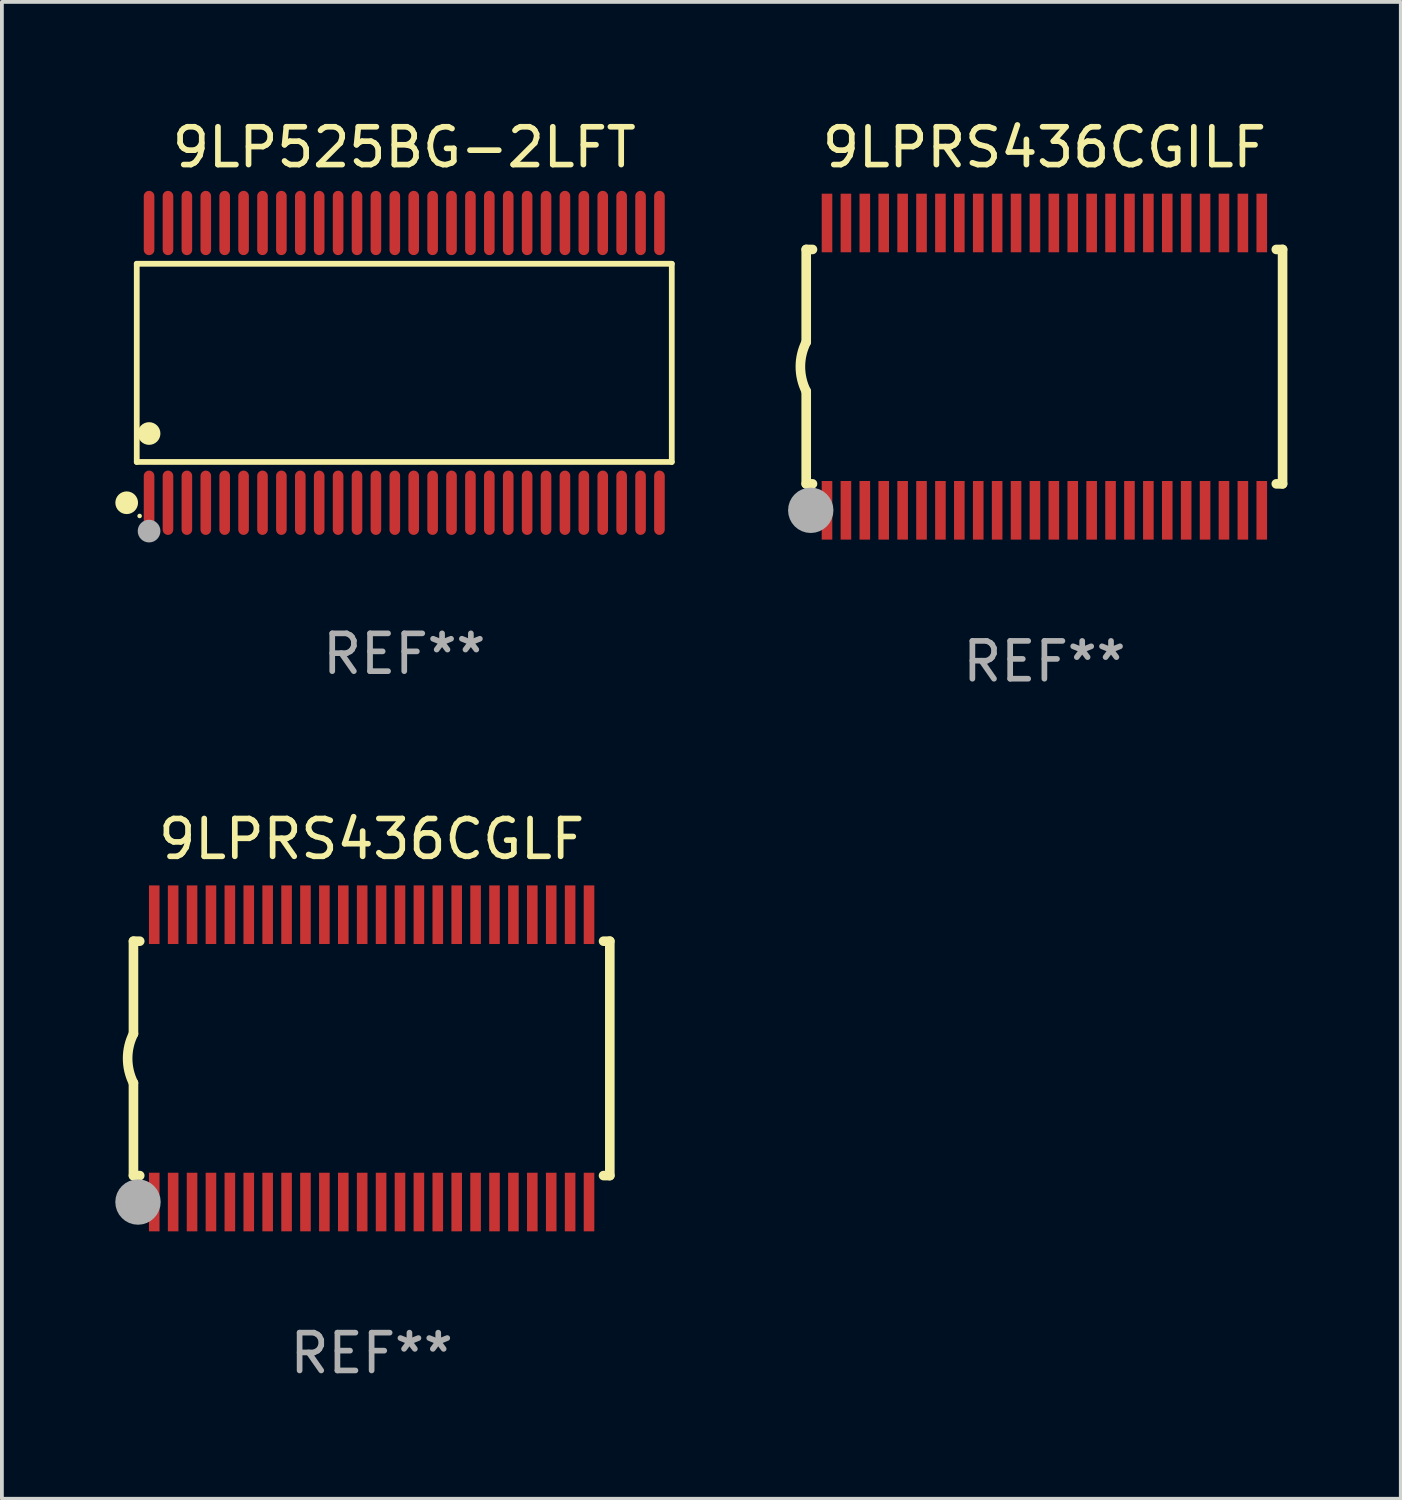
<source format=kicad_pcb>
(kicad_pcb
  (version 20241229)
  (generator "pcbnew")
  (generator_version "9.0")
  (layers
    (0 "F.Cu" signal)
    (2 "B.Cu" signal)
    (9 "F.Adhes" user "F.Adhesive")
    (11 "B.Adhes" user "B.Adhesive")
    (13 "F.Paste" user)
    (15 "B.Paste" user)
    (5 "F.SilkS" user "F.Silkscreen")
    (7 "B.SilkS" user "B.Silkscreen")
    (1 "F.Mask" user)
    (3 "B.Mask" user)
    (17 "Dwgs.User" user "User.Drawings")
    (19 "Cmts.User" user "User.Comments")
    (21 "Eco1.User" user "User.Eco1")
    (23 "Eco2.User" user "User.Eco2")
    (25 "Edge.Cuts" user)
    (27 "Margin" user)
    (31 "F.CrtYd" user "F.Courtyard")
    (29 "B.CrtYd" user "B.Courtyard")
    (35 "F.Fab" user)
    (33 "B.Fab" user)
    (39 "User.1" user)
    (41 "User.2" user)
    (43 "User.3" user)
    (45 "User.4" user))
  (footprint "9LPRS436CGLF"
    (layer "F.Cu")
    (at 6.78 24.945)
    (property "Reference" "9LPRS436CGLF" (at 0 -5.8 0) (layer "F.SilkS") (effects (font (size 1 1) (thickness 0.15))))
    (attr through_hole)
    (fp_line (start -6.3 -3.1) (end -6.3 -0.65) (stroke (width 0.254) (type solid)) (layer "F.SilkS"))
    (fp_line (start -6.3 -3.1) (end -6.134 -3.1) (stroke (width 0.254) (type solid)) (layer "F.SilkS"))
    (fp_line (start -6.3 3.1) (end -6.3 0.65) (stroke (width 0.254) (type solid)) (layer "F.SilkS"))
    (fp_line (start -6.3 3.1) (end -6.134 3.1) (stroke (width 0.254) (type solid)) (layer "F.SilkS"))
    (fp_line (start 6.134 -3.1) (end 6.3 -3.1) (stroke (width 0.254) (type solid)) (layer "F.SilkS"))
    (fp_line (start 6.134 3.1) (end 6.3 3.1) (stroke (width 0.254) (type solid)) (layer "F.SilkS"))
    (fp_line (start 6.3 -3.1) (end 6.3 3.1) (stroke (width 0.254) (type solid)) (layer "F.SilkS"))
    (fp_arc (start -6.301016 0.650114) (mid -6.45413 -0.000082) (end -6.3 -0.650038) (stroke (width 0.254001) (type solid)) (layer "F.SilkS"))
    (fp_circle (center -6.35 3.81) (end -6.223 3.81) (stroke (width 0.254) (type solid)) (fill no) (layer "F.SilkS"))
    (fp_circle (center -6.25 4.05) (end -6.22 4.05) (stroke (width 0.06) (type solid)) (fill no) (layer "F.SilkS"))
    (fp_circle (center -6.18 3.8) (end -5.88 3.8) (stroke (width 0.6) (type solid)) (fill no) (layer "F.Fab"))
    (fp_text user "REF**" (at 0 7.8 0) (layer "F.Fab") (effects (font (size 1 1) (thickness 0.15))))
    (pad "1" smd rect (at -5.75 3.8) (size 0.28 1.55) (layers "F.Cu" "F.Mask" "F.Paste"))
    (pad "2" smd rect (at -5.25 3.8) (size 0.28 1.55) (layers "F.Cu" "F.Mask" "F.Paste"))
    (pad "3" smd rect (at -4.75 3.8) (size 0.28 1.55) (layers "F.Cu" "F.Mask" "F.Paste"))
    (pad "4" smd rect (at -4.25 3.8) (size 0.28 1.55) (layers "F.Cu" "F.Mask" "F.Paste"))
    (pad "5" smd rect (at -3.75 3.8) (size 0.28 1.55) (layers "F.Cu" "F.Mask" "F.Paste"))
    (pad "6" smd rect (at -3.25 3.8) (size 0.28 1.55) (layers "F.Cu" "F.Mask" "F.Paste"))
    (pad "7" smd rect (at -2.75 3.8) (size 0.28 1.55) (layers "F.Cu" "F.Mask" "F.Paste"))
    (pad "8" smd rect (at -2.25 3.8) (size 0.28 1.55) (layers "F.Cu" "F.Mask" "F.Paste"))
    (pad "9" smd rect (at -1.75 3.8) (size 0.28 1.55) (layers "F.Cu" "F.Mask" "F.Paste"))
    (pad "10" smd rect (at -1.25 3.8) (size 0.28 1.55) (layers "F.Cu" "F.Mask" "F.Paste"))
    (pad "11" smd rect (at -0.75 3.8) (size 0.28 1.55) (layers "F.Cu" "F.Mask" "F.Paste"))
    (pad "12" smd rect (at -0.25 3.8) (size 0.28 1.55) (layers "F.Cu" "F.Mask" "F.Paste"))
    (pad "13" smd rect (at 0.25 3.8) (size 0.28 1.55) (layers "F.Cu" "F.Mask" "F.Paste"))
    (pad "14" smd rect (at 0.75 3.8) (size 0.28 1.55) (layers "F.Cu" "F.Mask" "F.Paste"))
    (pad "15" smd rect (at 1.25 3.8) (size 0.28 1.55) (layers "F.Cu" "F.Mask" "F.Paste"))
    (pad "16" smd rect (at 1.75 3.8) (size 0.28 1.55) (layers "F.Cu" "F.Mask" "F.Paste"))
    (pad "17" smd rect (at 2.25 3.8) (size 0.28 1.55) (layers "F.Cu" "F.Mask" "F.Paste"))
    (pad "18" smd rect (at 2.75 3.8) (size 0.28 1.55) (layers "F.Cu" "F.Mask" "F.Paste"))
    (pad "19" smd rect (at 3.25 3.8) (size 0.28 1.55) (layers "F.Cu" "F.Mask" "F.Paste"))
    (pad "20" smd rect (at 3.75 3.8) (size 0.28 1.55) (layers "F.Cu" "F.Mask" "F.Paste"))
    (pad "21" smd rect (at 4.25 3.8) (size 0.28 1.55) (layers "F.Cu" "F.Mask" "F.Paste"))
    (pad "22" smd rect (at 4.75 3.8) (size 0.28 1.55) (layers "F.Cu" "F.Mask" "F.Paste"))
    (pad "23" smd rect (at 5.25 3.8) (size 0.28 1.55) (layers "F.Cu" "F.Mask" "F.Paste"))
    (pad "24" smd rect (at 5.75 3.8) (size 0.28 1.55) (layers "F.Cu" "F.Mask" "F.Paste"))
    (pad "25" smd rect (at 5.75 -3.8) (size 0.28 1.55) (layers "F.Cu" "F.Mask" "F.Paste"))
    (pad "26" smd rect (at 5.25 -3.8) (size 0.28 1.55) (layers "F.Cu" "F.Mask" "F.Paste"))
    (pad "27" smd rect (at 4.75 -3.8) (size 0.28 1.55) (layers "F.Cu" "F.Mask" "F.Paste"))
    (pad "28" smd rect (at 4.25 -3.8) (size 0.28 1.55) (layers "F.Cu" "F.Mask" "F.Paste"))
    (pad "29" smd rect (at 3.75 -3.8) (size 0.28 1.55) (layers "F.Cu" "F.Mask" "F.Paste"))
    (pad "30" smd rect (at 3.25 -3.8) (size 0.28 1.55) (layers "F.Cu" "F.Mask" "F.Paste"))
    (pad "31" smd rect (at 2.75 -3.8) (size 0.28 1.55) (layers "F.Cu" "F.Mask" "F.Paste"))
    (pad "32" smd rect (at 2.25 -3.8) (size 0.28 1.55) (layers "F.Cu" "F.Mask" "F.Paste"))
    (pad "33" smd rect (at 1.75 -3.8) (size 0.28 1.55) (layers "F.Cu" "F.Mask" "F.Paste"))
    (pad "34" smd rect (at 1.25 -3.8) (size 0.28 1.55) (layers "F.Cu" "F.Mask" "F.Paste"))
    (pad "35" smd rect (at 0.75 -3.8) (size 0.28 1.55) (layers "F.Cu" "F.Mask" "F.Paste"))
    (pad "36" smd rect (at 0.25 -3.8) (size 0.28 1.55) (layers "F.Cu" "F.Mask" "F.Paste"))
    (pad "37" smd rect (at -0.25 -3.8) (size 0.28 1.55) (layers "F.Cu" "F.Mask" "F.Paste"))
    (pad "38" smd rect (at -0.75 -3.8) (size 0.28 1.55) (layers "F.Cu" "F.Mask" "F.Paste"))
    (pad "39" smd rect (at -1.25 -3.8) (size 0.28 1.55) (layers "F.Cu" "F.Mask" "F.Paste"))
    (pad "40" smd rect (at -1.75 -3.8) (size 0.28 1.55) (layers "F.Cu" "F.Mask" "F.Paste"))
    (pad "41" smd rect (at -2.25 -3.8) (size 0.28 1.55) (layers "F.Cu" "F.Mask" "F.Paste"))
    (pad "42" smd rect (at -2.75 -3.8) (size 0.28 1.55) (layers "F.Cu" "F.Mask" "F.Paste"))
    (pad "43" smd rect (at -3.25 -3.8) (size 0.28 1.55) (layers "F.Cu" "F.Mask" "F.Paste"))
    (pad "44" smd rect (at -3.75 -3.8) (size 0.28 1.55) (layers "F.Cu" "F.Mask" "F.Paste"))
    (pad "45" smd rect (at -4.25 -3.8) (size 0.28 1.55) (layers "F.Cu" "F.Mask" "F.Paste"))
    (pad "46" smd rect (at -4.75 -3.8) (size 0.28 1.55) (layers "F.Cu" "F.Mask" "F.Paste"))
    (pad "47" smd rect (at -5.25 -3.8) (size 0.28 1.55) (layers "F.Cu" "F.Mask" "F.Paste"))
    (pad "48" smd rect (at -5.75 -3.8) (size 0.28 1.55) (layers "F.Cu" "F.Mask" "F.Paste")))
  (footprint "9LP525BG-2LFT"
    (layer "F.Cu")
    (at 7.643 6.548)
    (property "Reference" "9LP525BG-2LFT" (at 0 -5.7 0) (layer "F.SilkS") (effects (font (size 1 1) (thickness 0.15))))
    (attr through_hole)
    (fp_line (start -7.076 -2.621) (end 7.076 -2.621) (stroke (width 0.152) (type solid)) (layer "F.SilkS"))
    (fp_line (start -7.076 2.621) (end -7.076 -2.621) (stroke (width 0.152) (type solid)) (layer "F.SilkS"))
    (fp_line (start 7.076 -2.621) (end 7.076 2.621) (stroke (width 0.152) (type solid)) (layer "F.SilkS"))
    (fp_line (start 7.076 2.621) (end -7.076 2.621) (stroke (width 0.152) (type solid)) (layer "F.SilkS"))
    (fp_circle (center -7.342 3.7) (end -7.192 3.7) (stroke (width 0.3) (type solid)) (fill no) (layer "F.SilkS"))
    (fp_circle (center -7 4.05) (end -6.97 4.05) (stroke (width 0.06) (type solid)) (fill no) (layer "F.SilkS"))
    (fp_circle (center -6.75 1.869) (end -6.6 1.869) (stroke (width 0.3) (type solid)) (fill no) (layer "F.SilkS"))
    (fp_circle (center -6.75 4.45) (end -6.6 4.45) (stroke (width 0.3) (type solid)) (fill no) (layer "F.Fab"))
    (fp_text user "REF**" (at 0 7.7 0) (layer "F.Fab") (effects (font (size 1 1) (thickness 0.15))))
    (pad "1" smd oval (at -6.75 3.7) (size 0.28 1.7) (layers "F.Cu" "F.Mask" "F.Paste"))
    (pad "2" smd oval (at -6.25 3.7) (size 0.28 1.7) (layers "F.Cu" "F.Mask" "F.Paste"))
    (pad "3" smd oval (at -5.75 3.7) (size 0.28 1.7) (layers "F.Cu" "F.Mask" "F.Paste"))
    (pad "4" smd oval (at -5.25 3.7) (size 0.28 1.7) (layers "F.Cu" "F.Mask" "F.Paste"))
    (pad "5" smd oval (at -4.75 3.7) (size 0.28 1.7) (layers "F.Cu" "F.Mask" "F.Paste"))
    (pad "6" smd oval (at -4.25 3.7) (size 0.28 1.7) (layers "F.Cu" "F.Mask" "F.Paste"))
    (pad "7" smd oval (at -3.75 3.7) (size 0.28 1.7) (layers "F.Cu" "F.Mask" "F.Paste"))
    (pad "8" smd oval (at -3.25 3.7) (size 0.28 1.7) (layers "F.Cu" "F.Mask" "F.Paste"))
    (pad "9" smd oval (at -2.75 3.7) (size 0.28 1.7) (layers "F.Cu" "F.Mask" "F.Paste"))
    (pad "10" smd oval (at -2.25 3.7) (size 0.28 1.7) (layers "F.Cu" "F.Mask" "F.Paste"))
    (pad "11" smd oval (at -1.75 3.7) (size 0.28 1.7) (layers "F.Cu" "F.Mask" "F.Paste"))
    (pad "12" smd oval (at -1.25 3.7) (size 0.28 1.7) (layers "F.Cu" "F.Mask" "F.Paste"))
    (pad "13" smd oval (at -0.75 3.7) (size 0.28 1.7) (layers "F.Cu" "F.Mask" "F.Paste"))
    (pad "14" smd oval (at -0.25 3.7) (size 0.28 1.7) (layers "F.Cu" "F.Mask" "F.Paste"))
    (pad "15" smd oval (at 0.25 3.7) (size 0.28 1.7) (layers "F.Cu" "F.Mask" "F.Paste"))
    (pad "16" smd oval (at 0.75 3.7) (size 0.28 1.7) (layers "F.Cu" "F.Mask" "F.Paste"))
    (pad "17" smd oval (at 1.25 3.7) (size 0.28 1.7) (layers "F.Cu" "F.Mask" "F.Paste"))
    (pad "18" smd oval (at 1.75 3.7) (size 0.28 1.7) (layers "F.Cu" "F.Mask" "F.Paste"))
    (pad "19" smd oval (at 2.25 3.7) (size 0.28 1.7) (layers "F.Cu" "F.Mask" "F.Paste"))
    (pad "20" smd oval (at 2.75 3.7) (size 0.28 1.7) (layers "F.Cu" "F.Mask" "F.Paste"))
    (pad "21" smd oval (at 3.25 3.7) (size 0.28 1.7) (layers "F.Cu" "F.Mask" "F.Paste"))
    (pad "22" smd oval (at 3.75 3.7) (size 0.28 1.7) (layers "F.Cu" "F.Mask" "F.Paste"))
    (pad "23" smd oval (at 4.25 3.7) (size 0.28 1.7) (layers "F.Cu" "F.Mask" "F.Paste"))
    (pad "24" smd oval (at 4.75 3.7) (size 0.28 1.7) (layers "F.Cu" "F.Mask" "F.Paste"))
    (pad "25" smd oval (at 5.25 3.7) (size 0.28 1.7) (layers "F.Cu" "F.Mask" "F.Paste"))
    (pad "26" smd oval (at 5.75 3.7) (size 0.28 1.7) (layers "F.Cu" "F.Mask" "F.Paste"))
    (pad "27" smd oval (at 6.25 3.7) (size 0.28 1.7) (layers "F.Cu" "F.Mask" "F.Paste"))
    (pad "28" smd oval (at 6.75 3.7) (size 0.28 1.7) (layers "F.Cu" "F.Mask" "F.Paste"))
    (pad "29" smd oval (at 6.75 -3.7) (size 0.28 1.7) (layers "F.Cu" "F.Mask" "F.Paste"))
    (pad "30" smd oval (at 6.25 -3.7) (size 0.28 1.7) (layers "F.Cu" "F.Mask" "F.Paste"))
    (pad "31" smd oval (at 5.75 -3.7) (size 0.28 1.7) (layers "F.Cu" "F.Mask" "F.Paste"))
    (pad "32" smd oval (at 5.25 -3.7) (size 0.28 1.7) (layers "F.Cu" "F.Mask" "F.Paste"))
    (pad "33" smd oval (at 4.75 -3.7) (size 0.28 1.7) (layers "F.Cu" "F.Mask" "F.Paste"))
    (pad "34" smd oval (at 4.25 -3.7) (size 0.28 1.7) (layers "F.Cu" "F.Mask" "F.Paste"))
    (pad "35" smd oval (at 3.75 -3.7) (size 0.28 1.7) (layers "F.Cu" "F.Mask" "F.Paste"))
    (pad "36" smd oval (at 3.25 -3.7) (size 0.28 1.7) (layers "F.Cu" "F.Mask" "F.Paste"))
    (pad "37" smd oval (at 2.75 -3.7) (size 0.28 1.7) (layers "F.Cu" "F.Mask" "F.Paste"))
    (pad "38" smd oval (at 2.25 -3.7) (size 0.28 1.7) (layers "F.Cu" "F.Mask" "F.Paste"))
    (pad "39" smd oval (at 1.75 -3.7) (size 0.28 1.7) (layers "F.Cu" "F.Mask" "F.Paste"))
    (pad "40" smd oval (at 1.25 -3.7) (size 0.28 1.7) (layers "F.Cu" "F.Mask" "F.Paste"))
    (pad "41" smd oval (at 0.75 -3.7) (size 0.28 1.7) (layers "F.Cu" "F.Mask" "F.Paste"))
    (pad "42" smd oval (at 0.25 -3.7) (size 0.28 1.7) (layers "F.Cu" "F.Mask" "F.Paste"))
    (pad "43" smd oval (at -0.25 -3.7) (size 0.28 1.7) (layers "F.Cu" "F.Mask" "F.Paste"))
    (pad "44" smd oval (at -0.75 -3.7) (size 0.28 1.7) (layers "F.Cu" "F.Mask" "F.Paste"))
    (pad "45" smd oval (at -1.25 -3.7) (size 0.28 1.7) (layers "F.Cu" "F.Mask" "F.Paste"))
    (pad "46" smd oval (at -1.75 -3.7) (size 0.28 1.7) (layers "F.Cu" "F.Mask" "F.Paste"))
    (pad "47" smd oval (at -2.25 -3.7) (size 0.28 1.7) (layers "F.Cu" "F.Mask" "F.Paste"))
    (pad "48" smd oval (at -2.75 -3.7) (size 0.28 1.7) (layers "F.Cu" "F.Mask" "F.Paste"))
    (pad "49" smd oval (at -3.25 -3.7) (size 0.28 1.7) (layers "F.Cu" "F.Mask" "F.Paste"))
    (pad "50" smd oval (at -3.75 -3.7) (size 0.28 1.7) (layers "F.Cu" "F.Mask" "F.Paste"))
    (pad "51" smd oval (at -4.25 -3.7) (size 0.28 1.7) (layers "F.Cu" "F.Mask" "F.Paste"))
    (pad "52" smd oval (at -4.75 -3.7) (size 0.28 1.7) (layers "F.Cu" "F.Mask" "F.Paste"))
    (pad "53" smd oval (at -5.25 -3.7) (size 0.28 1.7) (layers "F.Cu" "F.Mask" "F.Paste"))
    (pad "54" smd oval (at -5.75 -3.7) (size 0.28 1.7) (layers "F.Cu" "F.Mask" "F.Paste"))
    (pad "55" smd oval (at -6.25 -3.7) (size 0.28 1.7) (layers "F.Cu" "F.Mask" "F.Paste"))
    (pad "56" smd oval (at -6.75 -3.7) (size 0.28 1.7) (layers "F.Cu" "F.Mask" "F.Paste")))
  (footprint "9LPRS436CGILF"
    (layer "F.Cu")
    (at 24.575 6.648)
    (property "Reference" "9LPRS436CGILF" (at 0 -5.8 0) (layer "F.SilkS") (effects (font (size 1 1) (thickness 0.15))))
    (attr through_hole)
    (fp_line (start -6.3 -3.1) (end -6.3 -0.65) (stroke (width 0.254) (type solid)) (layer "F.SilkS"))
    (fp_line (start -6.3 -3.1) (end -6.134 -3.1) (stroke (width 0.254) (type solid)) (layer "F.SilkS"))
    (fp_line (start -6.3 3.1) (end -6.3 0.65) (stroke (width 0.254) (type solid)) (layer "F.SilkS"))
    (fp_line (start -6.3 3.1) (end -6.134 3.1) (stroke (width 0.254) (type solid)) (layer "F.SilkS"))
    (fp_line (start 6.134 -3.1) (end 6.3 -3.1) (stroke (width 0.254) (type solid)) (layer "F.SilkS"))
    (fp_line (start 6.134 3.1) (end 6.3 3.1) (stroke (width 0.254) (type solid)) (layer "F.SilkS"))
    (fp_line (start 6.3 -3.1) (end 6.3 3.1) (stroke (width 0.254) (type solid)) (layer "F.SilkS"))
    (fp_arc (start -6.301016 0.650114) (mid -6.45413 -0.000082) (end -6.3 -0.650038) (stroke (width 0.254001) (type solid)) (layer "F.SilkS"))
    (fp_circle (center -6.35 3.81) (end -6.223 3.81) (stroke (width 0.254) (type solid)) (fill no) (layer "F.SilkS"))
    (fp_circle (center -6.25 4.05) (end -6.22 4.05) (stroke (width 0.06) (type solid)) (fill no) (layer "F.SilkS"))
    (fp_circle (center -6.18 3.8) (end -5.88 3.8) (stroke (width 0.6) (type solid)) (fill no) (layer "F.Fab"))
    (fp_text user "REF**" (at 0 7.8 0) (layer "F.Fab") (effects (font (size 1 1) (thickness 0.15))))
    (pad "1" smd rect (at -5.75 3.8) (size 0.28 1.55) (layers "F.Cu" "F.Mask" "F.Paste"))
    (pad "2" smd rect (at -5.25 3.8) (size 0.28 1.55) (layers "F.Cu" "F.Mask" "F.Paste"))
    (pad "3" smd rect (at -4.75 3.8) (size 0.28 1.55) (layers "F.Cu" "F.Mask" "F.Paste"))
    (pad "4" smd rect (at -4.25 3.8) (size 0.28 1.55) (layers "F.Cu" "F.Mask" "F.Paste"))
    (pad "5" smd rect (at -3.75 3.8) (size 0.28 1.55) (layers "F.Cu" "F.Mask" "F.Paste"))
    (pad "6" smd rect (at -3.25 3.8) (size 0.28 1.55) (layers "F.Cu" "F.Mask" "F.Paste"))
    (pad "7" smd rect (at -2.75 3.8) (size 0.28 1.55) (layers "F.Cu" "F.Mask" "F.Paste"))
    (pad "8" smd rect (at -2.25 3.8) (size 0.28 1.55) (layers "F.Cu" "F.Mask" "F.Paste"))
    (pad "9" smd rect (at -1.75 3.8) (size 0.28 1.55) (layers "F.Cu" "F.Mask" "F.Paste"))
    (pad "10" smd rect (at -1.25 3.8) (size 0.28 1.55) (layers "F.Cu" "F.Mask" "F.Paste"))
    (pad "11" smd rect (at -0.75 3.8) (size 0.28 1.55) (layers "F.Cu" "F.Mask" "F.Paste"))
    (pad "12" smd rect (at -0.25 3.8) (size 0.28 1.55) (layers "F.Cu" "F.Mask" "F.Paste"))
    (pad "13" smd rect (at 0.25 3.8) (size 0.28 1.55) (layers "F.Cu" "F.Mask" "F.Paste"))
    (pad "14" smd rect (at 0.75 3.8) (size 0.28 1.55) (layers "F.Cu" "F.Mask" "F.Paste"))
    (pad "15" smd rect (at 1.25 3.8) (size 0.28 1.55) (layers "F.Cu" "F.Mask" "F.Paste"))
    (pad "16" smd rect (at 1.75 3.8) (size 0.28 1.55) (layers "F.Cu" "F.Mask" "F.Paste"))
    (pad "17" smd rect (at 2.25 3.8) (size 0.28 1.55) (layers "F.Cu" "F.Mask" "F.Paste"))
    (pad "18" smd rect (at 2.75 3.8) (size 0.28 1.55) (layers "F.Cu" "F.Mask" "F.Paste"))
    (pad "19" smd rect (at 3.25 3.8) (size 0.28 1.55) (layers "F.Cu" "F.Mask" "F.Paste"))
    (pad "20" smd rect (at 3.75 3.8) (size 0.28 1.55) (layers "F.Cu" "F.Mask" "F.Paste"))
    (pad "21" smd rect (at 4.25 3.8) (size 0.28 1.55) (layers "F.Cu" "F.Mask" "F.Paste"))
    (pad "22" smd rect (at 4.75 3.8) (size 0.28 1.55) (layers "F.Cu" "F.Mask" "F.Paste"))
    (pad "23" smd rect (at 5.25 3.8) (size 0.28 1.55) (layers "F.Cu" "F.Mask" "F.Paste"))
    (pad "24" smd rect (at 5.75 3.8) (size 0.28 1.55) (layers "F.Cu" "F.Mask" "F.Paste"))
    (pad "25" smd rect (at 5.75 -3.8) (size 0.28 1.55) (layers "F.Cu" "F.Mask" "F.Paste"))
    (pad "26" smd rect (at 5.25 -3.8) (size 0.28 1.55) (layers "F.Cu" "F.Mask" "F.Paste"))
    (pad "27" smd rect (at 4.75 -3.8) (size 0.28 1.55) (layers "F.Cu" "F.Mask" "F.Paste"))
    (pad "28" smd rect (at 4.25 -3.8) (size 0.28 1.55) (layers "F.Cu" "F.Mask" "F.Paste"))
    (pad "29" smd rect (at 3.75 -3.8) (size 0.28 1.55) (layers "F.Cu" "F.Mask" "F.Paste"))
    (pad "30" smd rect (at 3.25 -3.8) (size 0.28 1.55) (layers "F.Cu" "F.Mask" "F.Paste"))
    (pad "31" smd rect (at 2.75 -3.8) (size 0.28 1.55) (layers "F.Cu" "F.Mask" "F.Paste"))
    (pad "32" smd rect (at 2.25 -3.8) (size 0.28 1.55) (layers "F.Cu" "F.Mask" "F.Paste"))
    (pad "33" smd rect (at 1.75 -3.8) (size 0.28 1.55) (layers "F.Cu" "F.Mask" "F.Paste"))
    (pad "34" smd rect (at 1.25 -3.8) (size 0.28 1.55) (layers "F.Cu" "F.Mask" "F.Paste"))
    (pad "35" smd rect (at 0.75 -3.8) (size 0.28 1.55) (layers "F.Cu" "F.Mask" "F.Paste"))
    (pad "36" smd rect (at 0.25 -3.8) (size 0.28 1.55) (layers "F.Cu" "F.Mask" "F.Paste"))
    (pad "37" smd rect (at -0.25 -3.8) (size 0.28 1.55) (layers "F.Cu" "F.Mask" "F.Paste"))
    (pad "38" smd rect (at -0.75 -3.8) (size 0.28 1.55) (layers "F.Cu" "F.Mask" "F.Paste"))
    (pad "39" smd rect (at -1.25 -3.8) (size 0.28 1.55) (layers "F.Cu" "F.Mask" "F.Paste"))
    (pad "40" smd rect (at -1.75 -3.8) (size 0.28 1.55) (layers "F.Cu" "F.Mask" "F.Paste"))
    (pad "41" smd rect (at -2.25 -3.8) (size 0.28 1.55) (layers "F.Cu" "F.Mask" "F.Paste"))
    (pad "42" smd rect (at -2.75 -3.8) (size 0.28 1.55) (layers "F.Cu" "F.Mask" "F.Paste"))
    (pad "43" smd rect (at -3.25 -3.8) (size 0.28 1.55) (layers "F.Cu" "F.Mask" "F.Paste"))
    (pad "44" smd rect (at -3.75 -3.8) (size 0.28 1.55) (layers "F.Cu" "F.Mask" "F.Paste"))
    (pad "45" smd rect (at -4.25 -3.8) (size 0.28 1.55) (layers "F.Cu" "F.Mask" "F.Paste"))
    (pad "46" smd rect (at -4.75 -3.8) (size 0.28 1.55) (layers "F.Cu" "F.Mask" "F.Paste"))
    (pad "47" smd rect (at -5.25 -3.8) (size 0.28 1.55) (layers "F.Cu" "F.Mask" "F.Paste"))
    (pad "48" smd rect (at -5.75 -3.8) (size 0.28 1.55) (layers "F.Cu" "F.Mask" "F.Paste")))
  (gr_rect
    (start -3 -3)
    (end 34.002 36.593)
    (stroke (width 0.1) (type default))
    (fill no)
    (layer "Edge.Cuts")))
</source>
